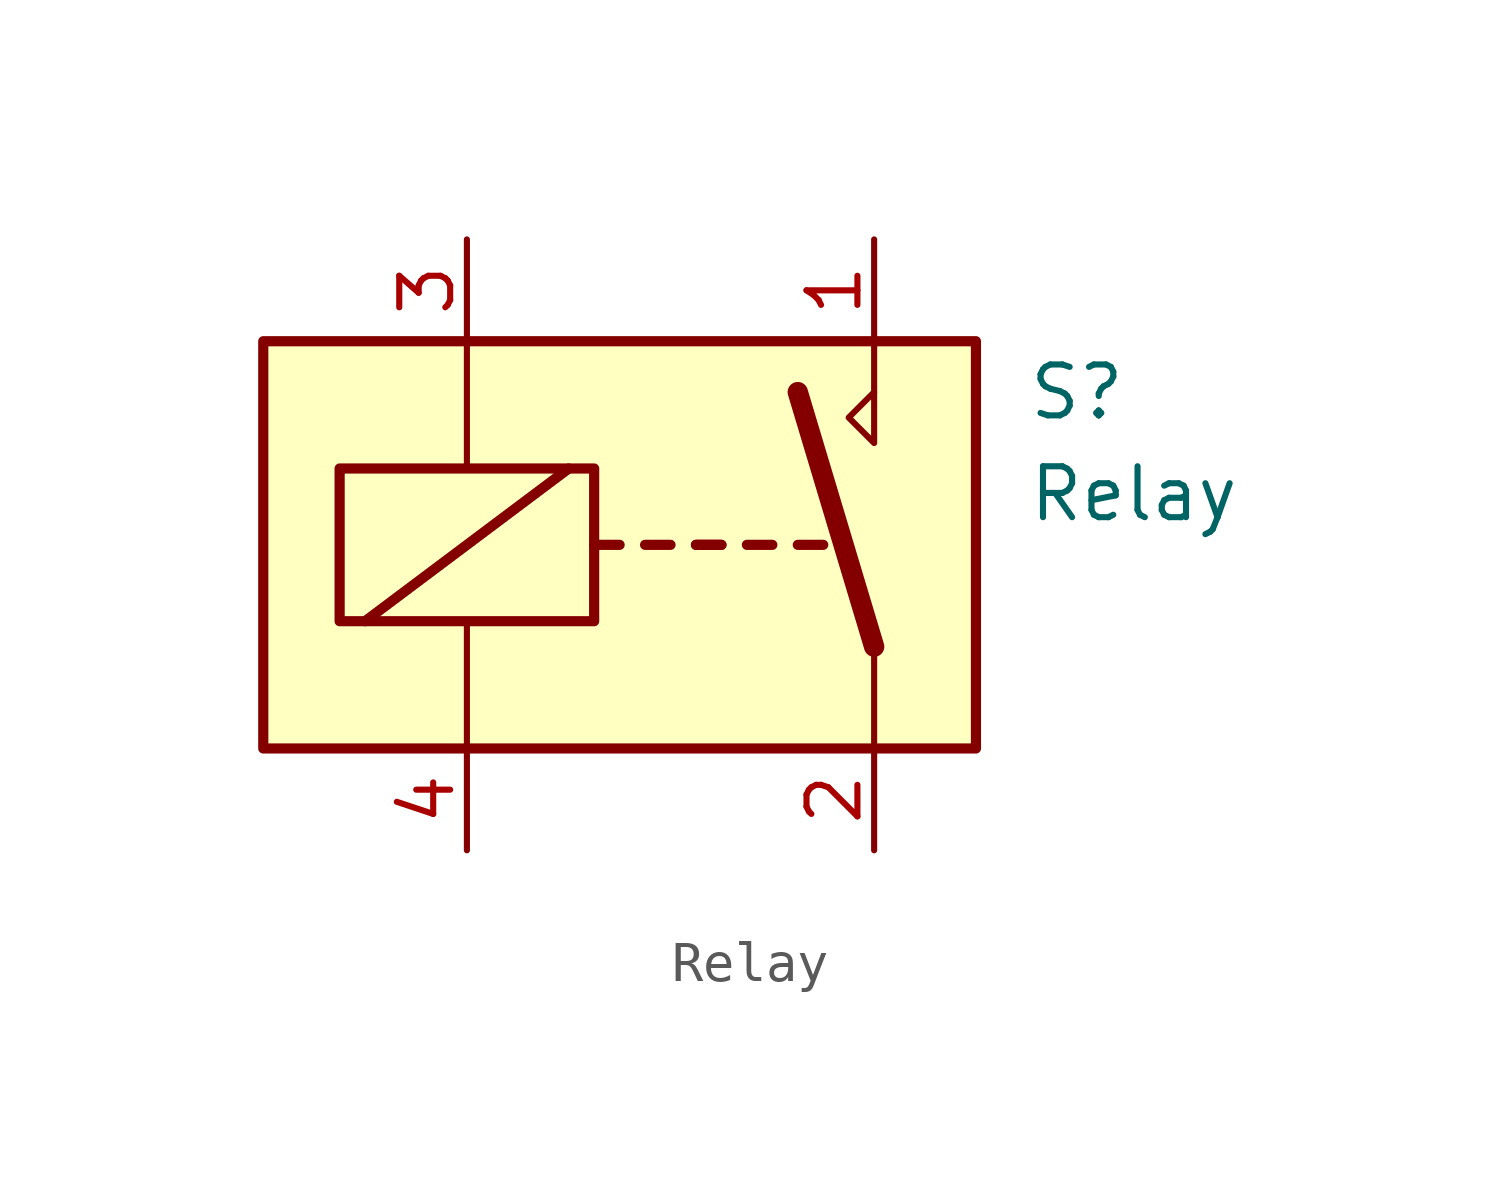
<source format=kicad_sym>
(kicad_symbol_lib
  (version 20201005)
  (generator kicad_symbol_editor)
  (symbol "Relay"
    (pin_names
      (offset 1.016))
    (property "Reference" "S"
      (at 8.89 3.81 0)
      (effects (font (size 1.27 1.27)) (justify left)))
    (property "Value" "Relay"
      (at 8.89 1.27 0)
      (effects (font (size 1.27 1.27)) (justify left)))
    (symbol "Relay_0_0"
      (polyline (pts (xy 5.08 3.81) (xy 5.08 5.08)) (stroke (width 0)) (fill (type none)))
      (polyline (pts (xy 5.08 3.81) (xy 5.08 2.54) (xy 4.445 3.175) (xy 5.08 3.81)) (stroke (width 0)) (fill (type none))))
    (symbol "Relay_0_1"
      (rectangle (start -10.16 5.08) (end 7.62 -5.08) (stroke (width 0.254)) (fill (type background)))
      (rectangle (start -8.255 1.905) (end -1.905 -1.905) (stroke (width 0.254)) (fill (type none)))
      (polyline (pts (xy -7.62 -1.905) (xy -2.54 1.905)) (stroke (width 0.254)) (fill (type none)))
      (polyline (pts (xy -5.08 -5.08) (xy -5.08 -1.905)) (stroke (width 0)) (fill (type none)))
      (polyline (pts (xy -5.08 5.08) (xy -5.08 1.905)) (stroke (width 0)) (fill (type none)))
      (polyline (pts (xy -1.905 0) (xy -1.27 0)) (stroke (width 0.254)) (fill (type none)))
      (polyline (pts (xy -0.635 0) (xy 0 0)) (stroke (width 0.254)) (fill (type none)))
      (polyline (pts (xy 0.635 0) (xy 1.27 0)) (stroke (width 0.254)) (fill (type none)))
      (polyline (pts (xy 0.635 0) (xy 1.27 0)) (stroke (width 0.254)) (fill (type none)))
      (polyline (pts (xy 1.905 0) (xy 2.54 0)) (stroke (width 0.254)) (fill (type none)))
      (polyline (pts (xy 3.175 0) (xy 3.81 0)) (stroke (width 0.254)) (fill (type none)))
      (polyline (pts (xy 5.08 -2.54) (xy 3.175 3.81)) (stroke (width 0.508)) (fill (type none)))
      (polyline (pts (xy 5.08 -2.54) (xy 5.08 -5.08)) (stroke (width 0)) (fill (type none))))
    (symbol "Relay_1_1"
      (pin passive line (at 5.08 7.62 270) (length 2.54) (name "~" (effects (font (size 1.27 1.27)))) (number "1" (effects (font (size 1.27 1.27)))))
      (pin passive line (at 5.08 -7.62 90) (length 2.54) (name "~" (effects (font (size 1.27 1.27)))) (number "2" (effects (font (size 1.27 1.27)))))
      (pin passive line (at -5.08 7.62 270) (length 2.54) (name "~" (effects (font (size 1.27 1.27)))) (number "3" (effects (font (size 1.27 1.27)))))
      (pin passive line (at -5.08 -7.62 90) (length 2.54) (name "~" (effects (font (size 1.27 1.27)))) (number "4" (effects (font (size 1.27 1.27))))))))
</source>
